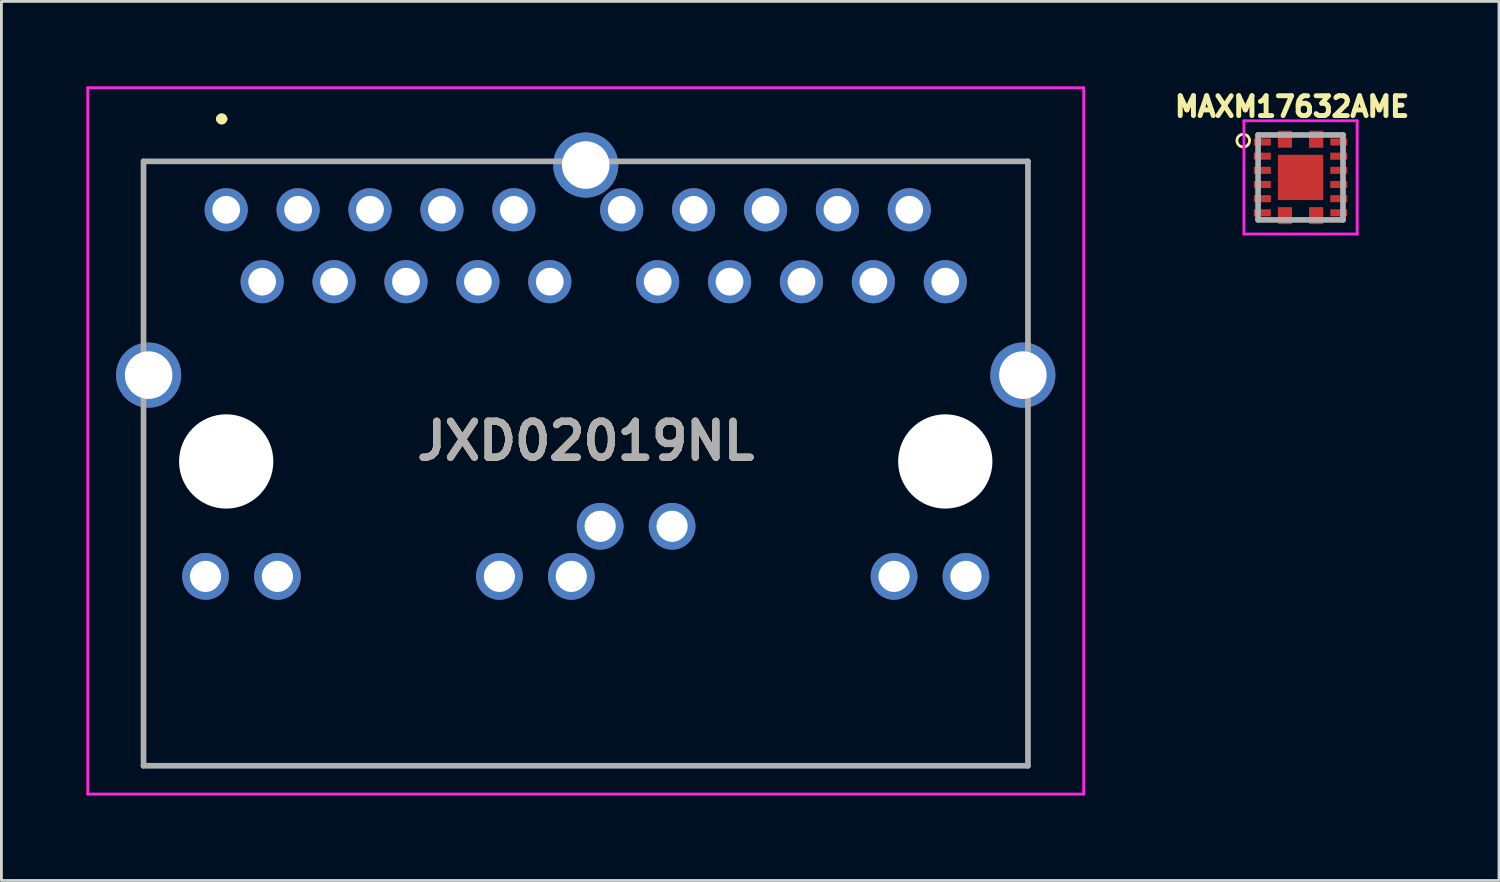
<source format=kicad_pcb>
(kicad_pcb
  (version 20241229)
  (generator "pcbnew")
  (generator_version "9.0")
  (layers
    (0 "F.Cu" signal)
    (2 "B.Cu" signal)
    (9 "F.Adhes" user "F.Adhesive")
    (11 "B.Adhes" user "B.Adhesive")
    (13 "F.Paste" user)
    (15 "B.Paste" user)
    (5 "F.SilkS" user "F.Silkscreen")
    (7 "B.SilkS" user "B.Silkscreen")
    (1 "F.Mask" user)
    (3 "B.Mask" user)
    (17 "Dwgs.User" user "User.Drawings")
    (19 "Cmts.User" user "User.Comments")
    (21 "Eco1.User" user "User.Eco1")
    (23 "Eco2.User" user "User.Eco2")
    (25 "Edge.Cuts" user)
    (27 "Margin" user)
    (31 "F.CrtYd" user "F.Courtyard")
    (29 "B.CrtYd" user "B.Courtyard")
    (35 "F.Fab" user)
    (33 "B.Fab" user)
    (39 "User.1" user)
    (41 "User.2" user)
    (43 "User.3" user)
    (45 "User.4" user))
  (footprint "JXD02019NL"
    (layer "F.Cu")
    (at 4.94 4.36)
    (property "Reference" "JXD02019NL" (at 12.7 8.165 0) (layer "F.SilkS") (effects (font (size 1.27 1.27) (thickness 0.254))))
    (attr through_hole)
    (fp_line (start -2.92 -1.71) (end -2.92 4) (stroke (width 0.1) (type solid)) (layer "F.SilkS"))
    (fp_line (start -2.92 7.5) (end -2.92 19.64) (stroke (width 0.1) (type solid)) (layer "F.SilkS"))
    (fp_line (start -2.92 19.64) (end 28.32 19.64) (stroke (width 0.1) (type solid)) (layer "F.SilkS"))
    (fp_line (start -0.26 -3.21) (end -0.26 -3.21) (stroke (width 0.2) (type solid)) (layer "F.SilkS"))
    (fp_line (start -0.06 -3.21) (end -0.06 -3.21) (stroke (width 0.2) (type solid)) (layer "F.SilkS"))
    (fp_line (start 10.5 -1.71) (end -2.92 -1.71) (stroke (width 0.1) (type solid)) (layer "F.SilkS"))
    (fp_line (start 14.5 -1.71) (end 28.32 -1.71) (stroke (width 0.1) (type solid)) (layer "F.SilkS"))
    (fp_line (start 28.32 -1.71) (end 28.32 4) (stroke (width 0.1) (type solid)) (layer "F.SilkS"))
    (fp_line (start 28.32 19.64) (end 28.32 8) (stroke (width 0.1) (type solid)) (layer "F.SilkS"))
    (fp_arc (start -0.26 -3.21) (mid -0.16 -3.31) (end -0.06 -3.21) (stroke (width 0.2) (type solid)) (layer "F.SilkS"))
    (fp_arc (start -0.06 -3.21) (mid -0.16 -3.11) (end -0.26 -3.21) (stroke (width 0.2) (type solid)) (layer "F.SilkS"))
    (fp_line (start -4.89 -4.31) (end 30.29 -4.31) (stroke (width 0.1) (type solid)) (layer "F.CrtYd"))
    (fp_line (start -4.89 20.64) (end -4.89 -4.31) (stroke (width 0.1) (type solid)) (layer "F.CrtYd"))
    (fp_line (start 30.29 -4.31) (end 30.29 20.64) (stroke (width 0.1) (type solid)) (layer "F.CrtYd"))
    (fp_line (start 30.29 20.64) (end -4.89 20.64) (stroke (width 0.1) (type solid)) (layer "F.CrtYd"))
    (fp_line (start -2.92 -1.71) (end 28.32 -1.71) (stroke (width 0.2) (type solid)) (layer "F.Fab"))
    (fp_line (start -2.92 19.64) (end -2.92 -1.71) (stroke (width 0.2) (type solid)) (layer "F.Fab"))
    (fp_line (start 28.32 -1.71) (end 28.32 19.64) (stroke (width 0.2) (type solid)) (layer "F.Fab"))
    (fp_line (start 28.32 19.64) (end -2.92 19.64) (stroke (width 0.2) (type solid)) (layer "F.Fab"))
    (fp_text user "${REFERENCE}" (at 12.7 8.165 0) (layer "F.Fab") (effects (font (size 1.27 1.27) (thickness 0.254))))
    (pad "" np_thru_hole circle (at 0 8.89) (size 3.33 3.33) (drill 3.33) (layers "*.Cu" "*.Mask"))
    (pad "" np_thru_hole circle (at 25.4 8.89) (size 3.33 3.33) (drill 3.33) (layers "*.Cu" "*.Mask"))
    (pad "A1" thru_hole circle (at 0 0) (size 1.524 1.524) (drill 0.98) (layers "*.Cu" "*.Mask"))
    (pad "A2" thru_hole circle (at 1.27 2.54) (size 1.524 1.524) (drill 0.98) (layers "*.Cu" "*.Mask"))
    (pad "A3" thru_hole circle (at 2.54 0) (size 1.524 1.524) (drill 0.98) (layers "*.Cu" "*.Mask"))
    (pad "A4" thru_hole circle (at 3.81 2.54) (size 1.524 1.524) (drill 0.98) (layers "*.Cu" "*.Mask"))
    (pad "A5" thru_hole circle (at 5.08 0) (size 1.524 1.524) (drill 0.98) (layers "*.Cu" "*.Mask"))
    (pad "A6" thru_hole circle (at 6.35 2.54) (size 1.524 1.524) (drill 0.98) (layers "*.Cu" "*.Mask"))
    (pad "A7" thru_hole circle (at 7.62 0) (size 1.524 1.524) (drill 0.98) (layers "*.Cu" "*.Mask"))
    (pad "A8" thru_hole circle (at 8.89 2.54) (size 1.524 1.524) (drill 0.98) (layers "*.Cu" "*.Mask"))
    (pad "A9" thru_hole circle (at 10.16 0) (size 1.524 1.524) (drill 0.98) (layers "*.Cu" "*.Mask"))
    (pad "A10" thru_hole circle (at 11.43 2.54) (size 1.524 1.524) (drill 0.98) (layers "*.Cu" "*.Mask"))
    (pad "A11" thru_hole circle (at -0.73 12.95) (size 1.65 1.65) (drill 1.1) (layers "*.Cu" "*.Mask"))
    (pad "A12" thru_hole circle (at 1.81 12.95) (size 1.65 1.65) (drill 1.1) (layers "*.Cu" "*.Mask"))
    (pad "A13" thru_hole circle (at 9.65 12.95) (size 1.65 1.65) (drill 1.1) (layers "*.Cu" "*.Mask"))
    (pad "A14" thru_hole circle (at 12.19 12.95) (size 1.65 1.65) (drill 1.1) (layers "*.Cu" "*.Mask"))
    (pad "B1" thru_hole circle (at 13.97 0) (size 1.524 1.524) (drill 0.98) (layers "*.Cu" "*.Mask"))
    (pad "B2" thru_hole circle (at 15.24 2.54) (size 1.524 1.524) (drill 0.98) (layers "*.Cu" "*.Mask"))
    (pad "B3" thru_hole circle (at 16.51 0) (size 1.524 1.524) (drill 0.98) (layers "*.Cu" "*.Mask"))
    (pad "B4" thru_hole circle (at 17.78 2.54) (size 1.524 1.524) (drill 0.98) (layers "*.Cu" "*.Mask"))
    (pad "B5" thru_hole circle (at 19.05 0) (size 1.524 1.524) (drill 0.98) (layers "*.Cu" "*.Mask"))
    (pad "B6" thru_hole circle (at 20.32 2.54) (size 1.524 1.524) (drill 0.98) (layers "*.Cu" "*.Mask"))
    (pad "B7" thru_hole circle (at 21.59 0) (size 1.524 1.524) (drill 0.98) (layers "*.Cu" "*.Mask"))
    (pad "B8" thru_hole circle (at 22.86 2.54) (size 1.524 1.524) (drill 0.98) (layers "*.Cu" "*.Mask"))
    (pad "B9" thru_hole circle (at 24.13 0) (size 1.524 1.524) (drill 0.98) (layers "*.Cu" "*.Mask"))
    (pad "B10" thru_hole circle (at 25.4 2.54) (size 1.524 1.524) (drill 0.98) (layers "*.Cu" "*.Mask"))
    (pad "B11" thru_hole circle (at 13.21 11.18) (size 1.65 1.65) (drill 1.1) (layers "*.Cu" "*.Mask"))
    (pad "B12" thru_hole circle (at 15.75 11.18) (size 1.65 1.65) (drill 1.1) (layers "*.Cu" "*.Mask"))
    (pad "B13" thru_hole circle (at 23.59 12.95) (size 1.65 1.65) (drill 1.1) (layers "*.Cu" "*.Mask"))
    (pad "B14" thru_hole circle (at 26.13 12.95) (size 1.65 1.65) (drill 1.1) (layers "*.Cu" "*.Mask"))
    (pad "MH1" thru_hole circle (at -2.74 5.84) (size 2.3 2.3) (drill 1.68) (layers "*.Cu" "*.Mask"))
    (pad "MH2" thru_hole circle (at 12.7 -1.58) (size 2.3 2.3) (drill 1.68) (layers "*.Cu" "*.Mask"))
    (pad "MH3" thru_hole circle (at 28.14 5.84) (size 2.3 2.3) (drill 1.68) (layers "*.Cu" "*.Mask")))
  (footprint "MAXM17632AME"
    (layer "F.Cu")
    (at 42.889 3.217)
    (property "Reference" "MAXM17632AME" (at -0.3 -2.5 0) (layer "F.SilkS") (effects (font (size 0.7 0.7) (thickness 0.175))))
    (attr smd)
    (fp_circle (center -2.024 -1.3) (end -1.924 -1.1) (stroke (width 0.1) (type default)) (fill no) (layer "F.SilkS"))
    (fp_line (start -2 -2) (end 2 -2) (stroke (width 0.1) (type solid)) (layer "F.CrtYd"))
    (fp_line (start -2 2) (end -2 -2) (stroke (width 0.1) (type solid)) (layer "F.CrtYd"))
    (fp_line (start 2 -2) (end 2 2) (stroke (width 0.1) (type solid)) (layer "F.CrtYd"))
    (fp_line (start 2 2) (end -2 2) (stroke (width 0.1) (type solid)) (layer "F.CrtYd"))
    (fp_line (start -1.5 -1.5) (end -1.5 1.5) (stroke (width 0.2) (type solid)) (layer "F.Fab"))
    (fp_line (start -1.5 1.5) (end 1.5 1.5) (stroke (width 0.2) (type solid)) (layer "F.Fab"))
    (fp_line (start 1.5 -1.5) (end -1.5 -1.5) (stroke (width 0.2) (type solid)) (layer "F.Fab"))
    (fp_line (start 1.5 1.5) (end 1.5 -1.5) (stroke (width 0.2) (type solid)) (layer "F.Fab"))
    (pad "1" smd rect (at -1.35 -1.25 90) (size 0.25 0.6) (layers "F.Cu" "F.Mask" "F.Paste"))
    (pad "2" smd rect (at -1.35 -0.75 90) (size 0.25 0.6) (layers "F.Cu" "F.Mask" "F.Paste"))
    (pad "3" smd rect (at -1.35 -0.25 90) (size 0.25 0.6) (layers "F.Cu" "F.Mask" "F.Paste"))
    (pad "4" smd rect (at -1.35 0.25 90) (size 0.25 0.6) (layers "F.Cu" "F.Mask" "F.Paste"))
    (pad "5" smd rect (at -1.35 0.75 90) (size 0.25 0.6) (layers "F.Cu" "F.Mask" "F.Paste"))
    (pad "6" smd rect (at -1.35 1.25 90) (size 0.25 0.6) (layers "F.Cu" "F.Mask" "F.Paste"))
    (pad "7" smd rect (at -0.55 1.35) (size 0.5 0.6) (layers "F.Cu" "F.Mask" "F.Paste"))
    (pad "8" smd rect (at 0.55 1.35) (size 0.5 0.6) (layers "F.Cu" "F.Mask" "F.Paste"))
    (pad "9" smd rect (at 1.35 1.25 90) (size 0.25 0.6) (layers "F.Cu" "F.Mask" "F.Paste"))
    (pad "10" smd rect (at 1.35 0.75 90) (size 0.25 0.6) (layers "F.Cu" "F.Mask" "F.Paste"))
    (pad "11" smd rect (at 1.35 0.25 90) (size 0.25 0.6) (layers "F.Cu" "F.Mask" "F.Paste"))
    (pad "12" smd rect (at 1.35 -0.25 90) (size 0.25 0.6) (layers "F.Cu" "F.Mask" "F.Paste"))
    (pad "13" smd rect (at 1.35 -0.75 90) (size 0.25 0.6) (layers "F.Cu" "F.Mask" "F.Paste"))
    (pad "14" smd rect (at 1.35 -1.25 90) (size 0.25 0.6) (layers "F.Cu" "F.Mask" "F.Paste"))
    (pad "15" smd rect (at 0.55 -1.35) (size 0.5 0.6) (layers "F.Cu" "F.Mask" "F.Paste"))
    (pad "16" smd rect (at -0.55 -1.35) (size 0.5 0.6) (layers "F.Cu" "F.Mask" "F.Paste"))
    (pad "17" smd rect (at 0 0 90) (size 1.6 1.6) (layers "F.Cu" "F.Mask" "F.Paste")))
  (gr_rect
    (start -3 -3)
    (end 49.898 28.05)
    (stroke (width 0.1) (type default))
    (fill no)
    (layer "Edge.Cuts")))
</source>
